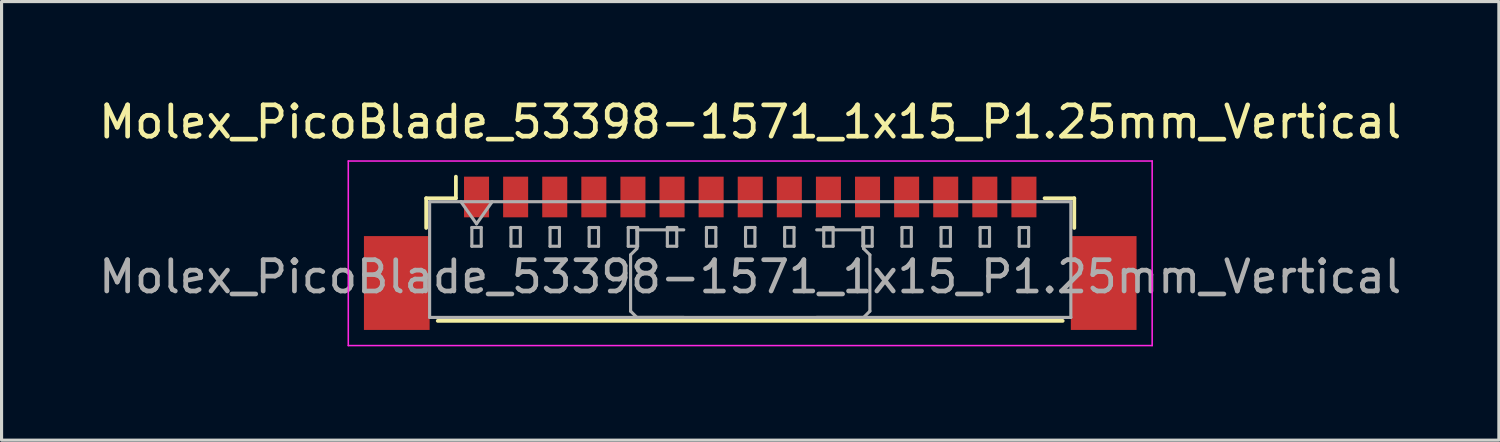
<source format=kicad_pcb>
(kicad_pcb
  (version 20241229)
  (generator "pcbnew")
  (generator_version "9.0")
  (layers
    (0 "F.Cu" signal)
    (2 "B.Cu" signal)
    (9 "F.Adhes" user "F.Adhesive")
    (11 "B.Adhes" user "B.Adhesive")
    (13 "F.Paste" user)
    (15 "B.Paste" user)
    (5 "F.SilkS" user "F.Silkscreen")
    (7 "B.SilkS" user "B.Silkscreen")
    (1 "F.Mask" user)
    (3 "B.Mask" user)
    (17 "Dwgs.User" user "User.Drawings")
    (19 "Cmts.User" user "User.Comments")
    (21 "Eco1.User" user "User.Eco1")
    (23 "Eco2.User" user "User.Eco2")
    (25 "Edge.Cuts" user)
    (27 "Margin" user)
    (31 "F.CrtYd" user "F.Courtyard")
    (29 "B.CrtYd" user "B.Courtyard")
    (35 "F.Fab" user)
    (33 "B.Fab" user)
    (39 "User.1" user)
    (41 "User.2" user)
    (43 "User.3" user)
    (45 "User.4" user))
  (footprint "Molex_PicoBlade_53398-1571_1x15_P1.25mm_Vertical"
    (layer "F.Cu")
    (at 20.935 5.048)
    (property "Reference" "Molex_PicoBlade_53398-1571_1x15_P1.25mm_Vertical" (at 0 -4.2 0) (layer "F.SilkS") (effects (font (size 1 1) (thickness 0.15))))
    (attr smd)
    (fp_line (start -10.36 -1.76) (end -9.41 -1.76) (stroke (width 0.12) (type solid)) (layer "F.SilkS"))
    (fp_line (start -10.36 -0.81) (end -10.36 -1.76) (stroke (width 0.12) (type solid)) (layer "F.SilkS"))
    (fp_line (start -9.99 2.16) (end 9.99 2.16) (stroke (width 0.12) (type solid)) (layer "F.SilkS"))
    (fp_line (start -9.41 -1.76) (end -9.41 -2.45) (stroke (width 0.12) (type solid)) (layer "F.SilkS"))
    (fp_line (start 10.36 -1.76) (end 9.41 -1.76) (stroke (width 0.12) (type solid)) (layer "F.SilkS"))
    (fp_line (start 10.36 -0.81) (end 10.36 -1.76) (stroke (width 0.12) (type solid)) (layer "F.SilkS"))
    (fp_line (start -12.85 -2.95) (end -12.85 2.95) (stroke (width 0.05) (type solid)) (layer "F.CrtYd"))
    (fp_line (start -12.85 2.95) (end 12.85 2.95) (stroke (width 0.05) (type solid)) (layer "F.CrtYd"))
    (fp_line (start 12.85 -2.95) (end -12.85 -2.95) (stroke (width 0.05) (type solid)) (layer "F.CrtYd"))
    (fp_line (start 12.85 2.95) (end 12.85 -2.95) (stroke (width 0.05) (type solid)) (layer "F.CrtYd"))
    (fp_line (start -10.25 -1.65) (end -10.25 2.05) (stroke (width 0.1) (type solid)) (layer "F.Fab"))
    (fp_line (start -10.25 -1.65) (end 10.25 -1.65) (stroke (width 0.1) (type solid)) (layer "F.Fab"))
    (fp_line (start -10.25 2.05) (end 10.25 2.05) (stroke (width 0.1) (type solid)) (layer "F.Fab"))
    (fp_line (start -9.25 -1.65) (end -8.75 -0.943) (stroke (width 0.1) (type solid)) (layer "F.Fab"))
    (fp_line (start -8.9 -0.825) (end -8.9 -0.225) (stroke (width 0.1) (type solid)) (layer "F.Fab"))
    (fp_line (start -8.9 -0.225) (end -8.6 -0.225) (stroke (width 0.1) (type solid)) (layer "F.Fab"))
    (fp_line (start -8.75 -0.943) (end -8.25 -1.65) (stroke (width 0.1) (type solid)) (layer "F.Fab"))
    (fp_line (start -8.6 -0.825) (end -8.9 -0.825) (stroke (width 0.1) (type solid)) (layer "F.Fab"))
    (fp_line (start -8.6 -0.225) (end -8.6 -0.825) (stroke (width 0.1) (type solid)) (layer "F.Fab"))
    (fp_line (start -7.65 -0.825) (end -7.65 -0.225) (stroke (width 0.1) (type solid)) (layer "F.Fab"))
    (fp_line (start -7.65 -0.225) (end -7.35 -0.225) (stroke (width 0.1) (type solid)) (layer "F.Fab"))
    (fp_line (start -7.35 -0.825) (end -7.65 -0.825) (stroke (width 0.1) (type solid)) (layer "F.Fab"))
    (fp_line (start -7.35 -0.225) (end -7.35 -0.825) (stroke (width 0.1) (type solid)) (layer "F.Fab"))
    (fp_line (start -6.4 -0.825) (end -6.4 -0.225) (stroke (width 0.1) (type solid)) (layer "F.Fab"))
    (fp_line (start -6.4 -0.225) (end -6.1 -0.225) (stroke (width 0.1) (type solid)) (layer "F.Fab"))
    (fp_line (start -6.1 -0.825) (end -6.4 -0.825) (stroke (width 0.1) (type solid)) (layer "F.Fab"))
    (fp_line (start -6.1 -0.225) (end -6.1 -0.825) (stroke (width 0.1) (type solid)) (layer "F.Fab"))
    (fp_line (start -5.15 -0.825) (end -5.15 -0.225) (stroke (width 0.1) (type solid)) (layer "F.Fab"))
    (fp_line (start -5.15 -0.225) (end -4.85 -0.225) (stroke (width 0.1) (type solid)) (layer "F.Fab"))
    (fp_line (start -4.85 -0.825) (end -5.15 -0.825) (stroke (width 0.1) (type solid)) (layer "F.Fab"))
    (fp_line (start -4.85 -0.225) (end -4.85 -0.825) (stroke (width 0.1) (type solid)) (layer "F.Fab"))
    (fp_line (start -3.9 -0.825) (end -3.9 -0.225) (stroke (width 0.1) (type solid)) (layer "F.Fab"))
    (fp_line (start -3.9 -0.225) (end -3.6 -0.225) (stroke (width 0.1) (type solid)) (layer "F.Fab"))
    (fp_line (start -3.825 0.05) (end -3.625 -0.15) (stroke (width 0.1) (type solid)) (layer "F.Fab"))
    (fp_line (start -3.825 1.85) (end -3.825 0.05) (stroke (width 0.1) (type solid)) (layer "F.Fab"))
    (fp_line (start -3.625 -0.75) (end -2.125 -0.75) (stroke (width 0.1) (type solid)) (layer "F.Fab"))
    (fp_line (start -3.625 -0.15) (end -3.625 -0.75) (stroke (width 0.1) (type solid)) (layer "F.Fab"))
    (fp_line (start -3.625 2.05) (end -3.825 1.85) (stroke (width 0.1) (type solid)) (layer "F.Fab"))
    (fp_line (start -3.6 -0.825) (end -3.9 -0.825) (stroke (width 0.1) (type solid)) (layer "F.Fab"))
    (fp_line (start -3.6 -0.225) (end -3.6 -0.825) (stroke (width 0.1) (type solid)) (layer "F.Fab"))
    (fp_line (start -2.65 -0.825) (end -2.65 -0.225) (stroke (width 0.1) (type solid)) (layer "F.Fab"))
    (fp_line (start -2.65 -0.225) (end -2.35 -0.225) (stroke (width 0.1) (type solid)) (layer "F.Fab"))
    (fp_line (start -2.35 -0.825) (end -2.65 -0.825) (stroke (width 0.1) (type solid)) (layer "F.Fab"))
    (fp_line (start -2.35 -0.225) (end -2.35 -0.825) (stroke (width 0.1) (type solid)) (layer "F.Fab"))
    (fp_line (start -2.125 2.05) (end -3.625 2.05) (stroke (width 0.1) (type solid)) (layer "F.Fab"))
    (fp_line (start -1.4 -0.825) (end -1.4 -0.225) (stroke (width 0.1) (type solid)) (layer "F.Fab"))
    (fp_line (start -1.4 -0.225) (end -1.1 -0.225) (stroke (width 0.1) (type solid)) (layer "F.Fab"))
    (fp_line (start -1.1 -0.825) (end -1.4 -0.825) (stroke (width 0.1) (type solid)) (layer "F.Fab"))
    (fp_line (start -1.1 -0.225) (end -1.1 -0.825) (stroke (width 0.1) (type solid)) (layer "F.Fab"))
    (fp_line (start -0.15 -0.825) (end -0.15 -0.225) (stroke (width 0.1) (type solid)) (layer "F.Fab"))
    (fp_line (start -0.15 -0.225) (end 0.15 -0.225) (stroke (width 0.1) (type solid)) (layer "F.Fab"))
    (fp_line (start 0.15 -0.825) (end -0.15 -0.825) (stroke (width 0.1) (type solid)) (layer "F.Fab"))
    (fp_line (start 0.15 -0.225) (end 0.15 -0.825) (stroke (width 0.1) (type solid)) (layer "F.Fab"))
    (fp_line (start 1.1 -0.825) (end 1.1 -0.225) (stroke (width 0.1) (type solid)) (layer "F.Fab"))
    (fp_line (start 1.1 -0.225) (end 1.4 -0.225) (stroke (width 0.1) (type solid)) (layer "F.Fab"))
    (fp_line (start 1.4 -0.825) (end 1.1 -0.825) (stroke (width 0.1) (type solid)) (layer "F.Fab"))
    (fp_line (start 1.4 -0.225) (end 1.4 -0.825) (stroke (width 0.1) (type solid)) (layer "F.Fab"))
    (fp_line (start 2.125 2.05) (end 3.625 2.05) (stroke (width 0.1) (type solid)) (layer "F.Fab"))
    (fp_line (start 2.35 -0.825) (end 2.35 -0.225) (stroke (width 0.1) (type solid)) (layer "F.Fab"))
    (fp_line (start 2.35 -0.225) (end 2.65 -0.225) (stroke (width 0.1) (type solid)) (layer "F.Fab"))
    (fp_line (start 2.65 -0.825) (end 2.35 -0.825) (stroke (width 0.1) (type solid)) (layer "F.Fab"))
    (fp_line (start 2.65 -0.225) (end 2.65 -0.825) (stroke (width 0.1) (type solid)) (layer "F.Fab"))
    (fp_line (start 3.6 -0.825) (end 3.6 -0.225) (stroke (width 0.1) (type solid)) (layer "F.Fab"))
    (fp_line (start 3.6 -0.225) (end 3.9 -0.225) (stroke (width 0.1) (type solid)) (layer "F.Fab"))
    (fp_line (start 3.625 -0.75) (end 2.125 -0.75) (stroke (width 0.1) (type solid)) (layer "F.Fab"))
    (fp_line (start 3.625 -0.15) (end 3.625 -0.75) (stroke (width 0.1) (type solid)) (layer "F.Fab"))
    (fp_line (start 3.625 2.05) (end 3.825 1.85) (stroke (width 0.1) (type solid)) (layer "F.Fab"))
    (fp_line (start 3.825 0.05) (end 3.625 -0.15) (stroke (width 0.1) (type solid)) (layer "F.Fab"))
    (fp_line (start 3.825 1.85) (end 3.825 0.05) (stroke (width 0.1) (type solid)) (layer "F.Fab"))
    (fp_line (start 3.9 -0.825) (end 3.6 -0.825) (stroke (width 0.1) (type solid)) (layer "F.Fab"))
    (fp_line (start 3.9 -0.225) (end 3.9 -0.825) (stroke (width 0.1) (type solid)) (layer "F.Fab"))
    (fp_line (start 4.85 -0.825) (end 4.85 -0.225) (stroke (width 0.1) (type solid)) (layer "F.Fab"))
    (fp_line (start 4.85 -0.225) (end 5.15 -0.225) (stroke (width 0.1) (type solid)) (layer "F.Fab"))
    (fp_line (start 5.15 -0.825) (end 4.85 -0.825) (stroke (width 0.1) (type solid)) (layer "F.Fab"))
    (fp_line (start 5.15 -0.225) (end 5.15 -0.825) (stroke (width 0.1) (type solid)) (layer "F.Fab"))
    (fp_line (start 6.1 -0.825) (end 6.1 -0.225) (stroke (width 0.1) (type solid)) (layer "F.Fab"))
    (fp_line (start 6.1 -0.225) (end 6.4 -0.225) (stroke (width 0.1) (type solid)) (layer "F.Fab"))
    (fp_line (start 6.4 -0.825) (end 6.1 -0.825) (stroke (width 0.1) (type solid)) (layer "F.Fab"))
    (fp_line (start 6.4 -0.225) (end 6.4 -0.825) (stroke (width 0.1) (type solid)) (layer "F.Fab"))
    (fp_line (start 7.35 -0.825) (end 7.35 -0.225) (stroke (width 0.1) (type solid)) (layer "F.Fab"))
    (fp_line (start 7.35 -0.225) (end 7.65 -0.225) (stroke (width 0.1) (type solid)) (layer "F.Fab"))
    (fp_line (start 7.65 -0.825) (end 7.35 -0.825) (stroke (width 0.1) (type solid)) (layer "F.Fab"))
    (fp_line (start 7.65 -0.225) (end 7.65 -0.825) (stroke (width 0.1) (type solid)) (layer "F.Fab"))
    (fp_line (start 8.6 -0.825) (end 8.6 -0.225) (stroke (width 0.1) (type solid)) (layer "F.Fab"))
    (fp_line (start 8.6 -0.225) (end 8.9 -0.225) (stroke (width 0.1) (type solid)) (layer "F.Fab"))
    (fp_line (start 8.9 -0.825) (end 8.6 -0.825) (stroke (width 0.1) (type solid)) (layer "F.Fab"))
    (fp_line (start 8.9 -0.225) (end 8.9 -0.825) (stroke (width 0.1) (type solid)) (layer "F.Fab"))
    (fp_line (start 10.25 -1.65) (end 10.25 2.05) (stroke (width 0.1) (type solid)) (layer "F.Fab"))
    (fp_text user "${REFERENCE}" (at 0 0.75 0) (layer "F.Fab") (effects (font (size 1 1) (thickness 0.15))))
    (pad "" smd rect (at -11.3 0.95) (size 2.1 3) (layers "F.Cu" "F.Mask" "F.Paste"))
    (pad "" smd rect (at 11.3 0.95) (size 2.1 3) (layers "F.Cu" "F.Mask" "F.Paste"))
    (pad "1" smd rect (at -8.75 -1.8) (size 0.8 1.3) (layers "F.Cu" "F.Mask" "F.Paste"))
    (pad "2" smd rect (at -7.5 -1.8) (size 0.8 1.3) (layers "F.Cu" "F.Mask" "F.Paste"))
    (pad "3" smd rect (at -6.25 -1.8) (size 0.8 1.3) (layers "F.Cu" "F.Mask" "F.Paste"))
    (pad "4" smd rect (at -5 -1.8) (size 0.8 1.3) (layers "F.Cu" "F.Mask" "F.Paste"))
    (pad "5" smd rect (at -3.75 -1.8) (size 0.8 1.3) (layers "F.Cu" "F.Mask" "F.Paste"))
    (pad "6" smd rect (at -2.5 -1.8) (size 0.8 1.3) (layers "F.Cu" "F.Mask" "F.Paste"))
    (pad "7" smd rect (at -1.25 -1.8) (size 0.8 1.3) (layers "F.Cu" "F.Mask" "F.Paste"))
    (pad "8" smd rect (at 0 -1.8) (size 0.8 1.3) (layers "F.Cu" "F.Mask" "F.Paste"))
    (pad "9" smd rect (at 1.25 -1.8) (size 0.8 1.3) (layers "F.Cu" "F.Mask" "F.Paste"))
    (pad "10" smd rect (at 2.5 -1.8) (size 0.8 1.3) (layers "F.Cu" "F.Mask" "F.Paste"))
    (pad "11" smd rect (at 3.75 -1.8) (size 0.8 1.3) (layers "F.Cu" "F.Mask" "F.Paste"))
    (pad "12" smd rect (at 5 -1.8) (size 0.8 1.3) (layers "F.Cu" "F.Mask" "F.Paste"))
    (pad "13" smd rect (at 6.25 -1.8) (size 0.8 1.3) (layers "F.Cu" "F.Mask" "F.Paste"))
    (pad "14" smd rect (at 7.5 -1.8) (size 0.8 1.3) (layers "F.Cu" "F.Mask" "F.Paste"))
    (pad "15" smd rect (at 8.75 -1.8) (size 0.8 1.3) (layers "F.Cu" "F.Mask" "F.Paste")))
  (gr_rect
    (start -3 -3)
    (end 44.869 11.023)
    (stroke (width 0.1) (type default))
    (fill no)
    (layer "Edge.Cuts")))
</source>
